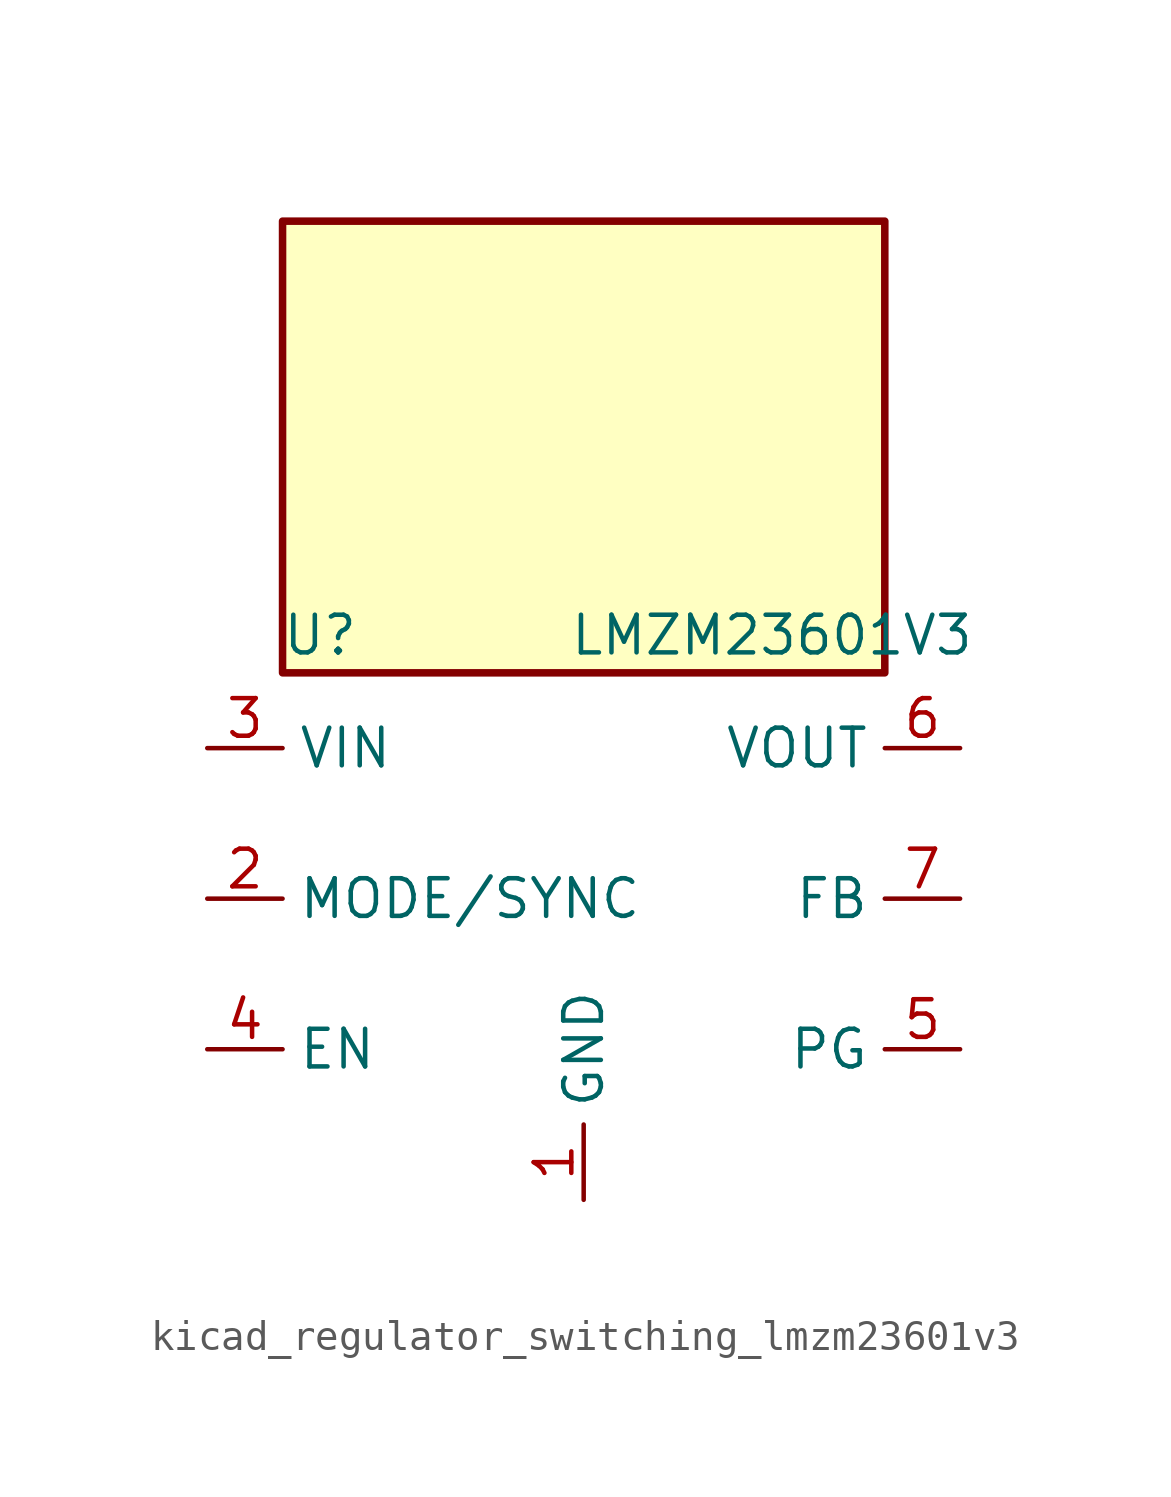
<source format=kicad_sym>
(kicad_symbol_lib
  (version 20220914)
  (generator kicad_symbol_editor)
  (symbol "kicad_regulator_switching_lmzm23601v3"
    (property "Reference" "U"
      (at -8.89 8.89 0)
      (effects (font (size 1.27 1.27))))
    (property "Value" "LMZM23601V3"
      (at 6.35 8.89 0)
      (effects (font (size 1.27 1.27))))
    (symbol "kicad_regulator_switching_lmzm23601v3_0_1"
      (rectangle (start 10.16 22.86) (end -10.16 7.62) (stroke (width 0.254) (type default)) (fill (type background))))
    (symbol "kicad_regulator_switching_lmzm23601v3_1_1"
      (pin power_in line (at 0 -10.16 90) (length 2.54) (name "GND" (effects (font (size 1.27 1.27)))) (number "1" (effects (font (size 1.27 1.27)))))
      (pin no_connect line (at -2.54 -7.62 90) (length 2.54) hide (name "~" (effects (font (size 1.27 1.27)))) (number "10" (effects (font (size 1.27 1.27)))))
      (pin passive line (at 0 -10.16 90) (length 2.54) hide (name "GND" (effects (font (size 1.27 1.27)))) (number "11" (effects (font (size 1.27 1.27)))))
      (pin input line (at -12.7 0 0) (length 2.54) (name "MODE/SYNC" (effects (font (size 1.27 1.27)))) (number "2" (effects (font (size 1.27 1.27)))))
      (pin power_in line (at -12.7 5.08 0) (length 2.54) (name "VIN" (effects (font (size 1.27 1.27)))) (number "3" (effects (font (size 1.27 1.27)))))
      (pin input line (at -12.7 -5.08 0) (length 2.54) (name "EN" (effects (font (size 1.27 1.27)))) (number "4" (effects (font (size 1.27 1.27)))))
      (pin open_collector line (at 12.7 -5.08 180) (length 2.54) (name "PG" (effects (font (size 1.27 1.27)))) (number "5" (effects (font (size 1.27 1.27)))))
      (pin power_out line (at 12.7 5.08 180) (length 2.54) (name "VOUT" (effects (font (size 1.27 1.27)))) (number "6" (effects (font (size 1.27 1.27)))))
      (pin input line (at 12.7 0 180) (length 2.54) (name "FB" (effects (font (size 1.27 1.27)))) (number "7" (effects (font (size 1.27 1.27)))))
      (pin no_connect line (at 5.08 -7.62 90) (length 2.54) hide (name "~" (effects (font (size 1.27 1.27)))) (number "8" (effects (font (size 1.27 1.27)))))
      (pin no_connect line (at 2.54 -7.62 90) (length 2.54) hide (name "~" (effects (font (size 1.27 1.27)))) (number "9" (effects (font (size 1.27 1.27))))))))
</source>
